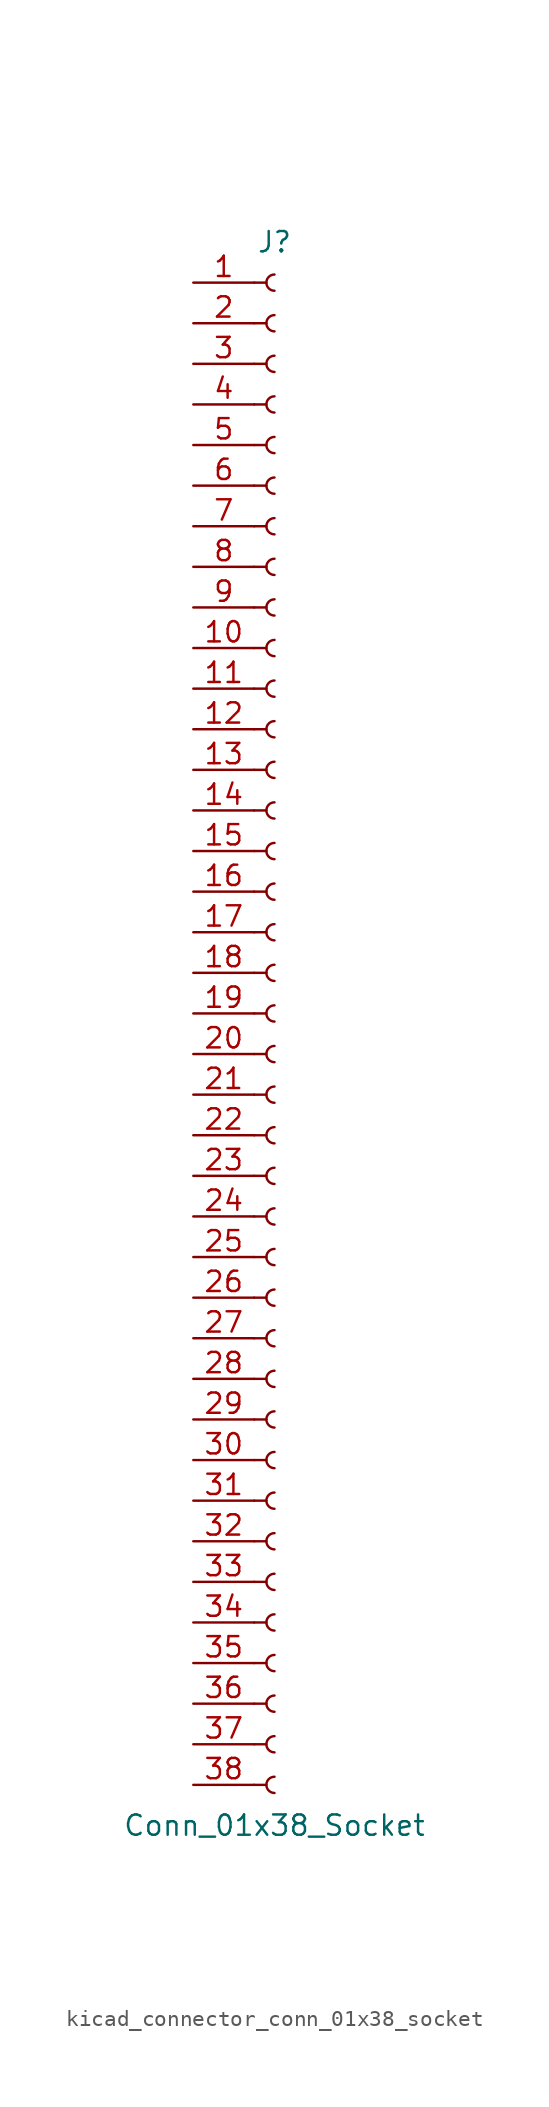
<source format=kicad_sym>
(kicad_symbol_lib
  (version 20220914)
  (generator kicad_symbol_editor)
  (symbol "kicad_connector_conn_01x38_socket"
    (pin_names
      (offset 1.016) hide)
    (property "Reference" "J"
      (at 0 48.26 0)
      (effects (font (size 1.27 1.27))))
    (property "Value" "Conn_01x38_Socket"
      (at 0 -50.8 0)
      (effects (font (size 1.27 1.27))))
    (property "ki_locked" ""
      (at 0 0 0)
      (effects (font (size 1.27 1.27))))
    (symbol "kicad_connector_conn_01x38_socket_1_1"
      (arc (start 0 -47.752) (mid -0.5058 -48.26) (end 0 -48.768) (stroke (width 0.1524) (type default)) (fill (type none)))
      (arc (start 0 -45.212) (mid -0.5058 -45.72) (end 0 -46.228) (stroke (width 0.1524) (type default)) (fill (type none)))
      (arc (start 0 -42.672) (mid -0.5058 -43.18) (end 0 -43.688) (stroke (width 0.1524) (type default)) (fill (type none)))
      (arc (start 0 -40.132) (mid -0.5058 -40.64) (end 0 -41.148) (stroke (width 0.1524) (type default)) (fill (type none)))
      (arc (start 0 -37.592) (mid -0.5058 -38.1) (end 0 -38.608) (stroke (width 0.1524) (type default)) (fill (type none)))
      (arc (start 0 -35.052) (mid -0.5058 -35.56) (end 0 -36.068) (stroke (width 0.1524) (type default)) (fill (type none)))
      (arc (start 0 -32.512) (mid -0.5058 -33.02) (end 0 -33.528) (stroke (width 0.1524) (type default)) (fill (type none)))
      (arc (start 0 -29.972) (mid -0.5058 -30.48) (end 0 -30.988) (stroke (width 0.1524) (type default)) (fill (type none)))
      (arc (start 0 -27.432) (mid -0.5058 -27.94) (end 0 -28.448) (stroke (width 0.1524) (type default)) (fill (type none)))
      (arc (start 0 -24.892) (mid -0.5058 -25.4) (end 0 -25.908) (stroke (width 0.1524) (type default)) (fill (type none)))
      (arc (start 0 -22.352) (mid -0.5058 -22.86) (end 0 -23.368) (stroke (width 0.1524) (type default)) (fill (type none)))
      (arc (start 0 -19.812) (mid -0.5058 -20.32) (end 0 -20.828) (stroke (width 0.1524) (type default)) (fill (type none)))
      (arc (start 0 -17.272) (mid -0.5058 -17.78) (end 0 -18.288) (stroke (width 0.1524) (type default)) (fill (type none)))
      (arc (start 0 -14.732) (mid -0.5058 -15.24) (end 0 -15.748) (stroke (width 0.1524) (type default)) (fill (type none)))
      (arc (start 0 -12.192) (mid -0.5058 -12.7) (end 0 -13.208) (stroke (width 0.1524) (type default)) (fill (type none)))
      (arc (start 0 -9.652) (mid -0.5058 -10.16) (end 0 -10.668) (stroke (width 0.1524) (type default)) (fill (type none)))
      (arc (start 0 -7.112) (mid -0.5058 -7.62) (end 0 -8.128) (stroke (width 0.1524) (type default)) (fill (type none)))
      (arc (start 0 -4.572) (mid -0.5058 -5.08) (end 0 -5.588) (stroke (width 0.1524) (type default)) (fill (type none)))
      (arc (start 0 -2.032) (mid -0.5058 -2.54) (end 0 -3.048) (stroke (width 0.1524) (type default)) (fill (type none)))
      (polyline (pts (xy -1.27 -48.26) (xy -0.508 -48.26)) (stroke (width 0.152) (type default)) (fill (type none)))
      (polyline (pts (xy -1.27 -45.72) (xy -0.508 -45.72)) (stroke (width 0.152) (type default)) (fill (type none)))
      (polyline (pts (xy -1.27 -43.18) (xy -0.508 -43.18)) (stroke (width 0.152) (type default)) (fill (type none)))
      (polyline (pts (xy -1.27 -40.64) (xy -0.508 -40.64)) (stroke (width 0.152) (type default)) (fill (type none)))
      (polyline (pts (xy -1.27 -38.1) (xy -0.508 -38.1)) (stroke (width 0.152) (type default)) (fill (type none)))
      (polyline (pts (xy -1.27 -35.56) (xy -0.508 -35.56)) (stroke (width 0.152) (type default)) (fill (type none)))
      (polyline (pts (xy -1.27 -33.02) (xy -0.508 -33.02)) (stroke (width 0.152) (type default)) (fill (type none)))
      (polyline (pts (xy -1.27 -30.48) (xy -0.508 -30.48)) (stroke (width 0.152) (type default)) (fill (type none)))
      (polyline (pts (xy -1.27 -27.94) (xy -0.508 -27.94)) (stroke (width 0.152) (type default)) (fill (type none)))
      (polyline (pts (xy -1.27 -25.4) (xy -0.508 -25.4)) (stroke (width 0.152) (type default)) (fill (type none)))
      (polyline (pts (xy -1.27 -22.86) (xy -0.508 -22.86)) (stroke (width 0.152) (type default)) (fill (type none)))
      (polyline (pts (xy -1.27 -20.32) (xy -0.508 -20.32)) (stroke (width 0.152) (type default)) (fill (type none)))
      (polyline (pts (xy -1.27 -17.78) (xy -0.508 -17.78)) (stroke (width 0.152) (type default)) (fill (type none)))
      (polyline (pts (xy -1.27 -15.24) (xy -0.508 -15.24)) (stroke (width 0.152) (type default)) (fill (type none)))
      (polyline (pts (xy -1.27 -12.7) (xy -0.508 -12.7)) (stroke (width 0.152) (type default)) (fill (type none)))
      (polyline (pts (xy -1.27 -10.16) (xy -0.508 -10.16)) (stroke (width 0.152) (type default)) (fill (type none)))
      (polyline (pts (xy -1.27 -7.62) (xy -0.508 -7.62)) (stroke (width 0.152) (type default)) (fill (type none)))
      (polyline (pts (xy -1.27 -5.08) (xy -0.508 -5.08)) (stroke (width 0.152) (type default)) (fill (type none)))
      (polyline (pts (xy -1.27 -2.54) (xy -0.508 -2.54)) (stroke (width 0.152) (type default)) (fill (type none)))
      (polyline (pts (xy -1.27 0) (xy -0.508 0)) (stroke (width 0.152) (type default)) (fill (type none)))
      (polyline (pts (xy -1.27 2.54) (xy -0.508 2.54)) (stroke (width 0.152) (type default)) (fill (type none)))
      (polyline (pts (xy -1.27 5.08) (xy -0.508 5.08)) (stroke (width 0.152) (type default)) (fill (type none)))
      (polyline (pts (xy -1.27 7.62) (xy -0.508 7.62)) (stroke (width 0.152) (type default)) (fill (type none)))
      (polyline (pts (xy -1.27 10.16) (xy -0.508 10.16)) (stroke (width 0.152) (type default)) (fill (type none)))
      (polyline (pts (xy -1.27 12.7) (xy -0.508 12.7)) (stroke (width 0.152) (type default)) (fill (type none)))
      (polyline (pts (xy -1.27 15.24) (xy -0.508 15.24)) (stroke (width 0.152) (type default)) (fill (type none)))
      (polyline (pts (xy -1.27 17.78) (xy -0.508 17.78)) (stroke (width 0.152) (type default)) (fill (type none)))
      (polyline (pts (xy -1.27 20.32) (xy -0.508 20.32)) (stroke (width 0.152) (type default)) (fill (type none)))
      (polyline (pts (xy -1.27 22.86) (xy -0.508 22.86)) (stroke (width 0.152) (type default)) (fill (type none)))
      (polyline (pts (xy -1.27 25.4) (xy -0.508 25.4)) (stroke (width 0.152) (type default)) (fill (type none)))
      (polyline (pts (xy -1.27 27.94) (xy -0.508 27.94)) (stroke (width 0.152) (type default)) (fill (type none)))
      (polyline (pts (xy -1.27 30.48) (xy -0.508 30.48)) (stroke (width 0.152) (type default)) (fill (type none)))
      (polyline (pts (xy -1.27 33.02) (xy -0.508 33.02)) (stroke (width 0.152) (type default)) (fill (type none)))
      (polyline (pts (xy -1.27 35.56) (xy -0.508 35.56)) (stroke (width 0.152) (type default)) (fill (type none)))
      (polyline (pts (xy -1.27 38.1) (xy -0.508 38.1)) (stroke (width 0.152) (type default)) (fill (type none)))
      (polyline (pts (xy -1.27 40.64) (xy -0.508 40.64)) (stroke (width 0.152) (type default)) (fill (type none)))
      (polyline (pts (xy -1.27 43.18) (xy -0.508 43.18)) (stroke (width 0.152) (type default)) (fill (type none)))
      (polyline (pts (xy -1.27 45.72) (xy -0.508 45.72)) (stroke (width 0.152) (type default)) (fill (type none)))
      (arc (start 0 0.508) (mid -0.5058 0) (end 0 -0.508) (stroke (width 0.1524) (type default)) (fill (type none)))
      (arc (start 0 3.048) (mid -0.5058 2.54) (end 0 2.032) (stroke (width 0.1524) (type default)) (fill (type none)))
      (arc (start 0 5.588) (mid -0.5058 5.08) (end 0 4.572) (stroke (width 0.1524) (type default)) (fill (type none)))
      (arc (start 0 8.128) (mid -0.5058 7.62) (end 0 7.112) (stroke (width 0.1524) (type default)) (fill (type none)))
      (arc (start 0 10.668) (mid -0.5058 10.16) (end 0 9.652) (stroke (width 0.1524) (type default)) (fill (type none)))
      (arc (start 0 13.208) (mid -0.5058 12.7) (end 0 12.192) (stroke (width 0.1524) (type default)) (fill (type none)))
      (arc (start 0 15.748) (mid -0.5058 15.24) (end 0 14.732) (stroke (width 0.1524) (type default)) (fill (type none)))
      (arc (start 0 18.288) (mid -0.5058 17.78) (end 0 17.272) (stroke (width 0.1524) (type default)) (fill (type none)))
      (arc (start 0 20.828) (mid -0.5058 20.32) (end 0 19.812) (stroke (width 0.1524) (type default)) (fill (type none)))
      (arc (start 0 23.368) (mid -0.5058 22.86) (end 0 22.352) (stroke (width 0.1524) (type default)) (fill (type none)))
      (arc (start 0 25.908) (mid -0.5058 25.4) (end 0 24.892) (stroke (width 0.1524) (type default)) (fill (type none)))
      (arc (start 0 28.448) (mid -0.5058 27.94) (end 0 27.432) (stroke (width 0.1524) (type default)) (fill (type none)))
      (arc (start 0 30.988) (mid -0.5058 30.48) (end 0 29.972) (stroke (width 0.1524) (type default)) (fill (type none)))
      (arc (start 0 33.528) (mid -0.5058 33.02) (end 0 32.512) (stroke (width 0.1524) (type default)) (fill (type none)))
      (arc (start 0 36.068) (mid -0.5058 35.56) (end 0 35.052) (stroke (width 0.1524) (type default)) (fill (type none)))
      (arc (start 0 38.608) (mid -0.5058 38.1) (end 0 37.592) (stroke (width 0.1524) (type default)) (fill (type none)))
      (arc (start 0 41.148) (mid -0.5058 40.64) (end 0 40.132) (stroke (width 0.1524) (type default)) (fill (type none)))
      (arc (start 0 43.688) (mid -0.5058 43.18) (end 0 42.672) (stroke (width 0.1524) (type default)) (fill (type none)))
      (arc (start 0 46.228) (mid -0.5058 45.72) (end 0 45.212) (stroke (width 0.1524) (type default)) (fill (type none)))
      (pin passive line (at -5.08 45.72 0) (length 3.81) (name "Pin_1" (effects (font (size 1.27 1.27)))) (number "1" (effects (font (size 1.27 1.27)))))
      (pin passive line (at -5.08 22.86 0) (length 3.81) (name "Pin_10" (effects (font (size 1.27 1.27)))) (number "10" (effects (font (size 1.27 1.27)))))
      (pin passive line (at -5.08 20.32 0) (length 3.81) (name "Pin_11" (effects (font (size 1.27 1.27)))) (number "11" (effects (font (size 1.27 1.27)))))
      (pin passive line (at -5.08 17.78 0) (length 3.81) (name "Pin_12" (effects (font (size 1.27 1.27)))) (number "12" (effects (font (size 1.27 1.27)))))
      (pin passive line (at -5.08 15.24 0) (length 3.81) (name "Pin_13" (effects (font (size 1.27 1.27)))) (number "13" (effects (font (size 1.27 1.27)))))
      (pin passive line (at -5.08 12.7 0) (length 3.81) (name "Pin_14" (effects (font (size 1.27 1.27)))) (number "14" (effects (font (size 1.27 1.27)))))
      (pin passive line (at -5.08 10.16 0) (length 3.81) (name "Pin_15" (effects (font (size 1.27 1.27)))) (number "15" (effects (font (size 1.27 1.27)))))
      (pin passive line (at -5.08 7.62 0) (length 3.81) (name "Pin_16" (effects (font (size 1.27 1.27)))) (number "16" (effects (font (size 1.27 1.27)))))
      (pin passive line (at -5.08 5.08 0) (length 3.81) (name "Pin_17" (effects (font (size 1.27 1.27)))) (number "17" (effects (font (size 1.27 1.27)))))
      (pin passive line (at -5.08 2.54 0) (length 3.81) (name "Pin_18" (effects (font (size 1.27 1.27)))) (number "18" (effects (font (size 1.27 1.27)))))
      (pin passive line (at -5.08 0 0) (length 3.81) (name "Pin_19" (effects (font (size 1.27 1.27)))) (number "19" (effects (font (size 1.27 1.27)))))
      (pin passive line (at -5.08 43.18 0) (length 3.81) (name "Pin_2" (effects (font (size 1.27 1.27)))) (number "2" (effects (font (size 1.27 1.27)))))
      (pin passive line (at -5.08 -2.54 0) (length 3.81) (name "Pin_20" (effects (font (size 1.27 1.27)))) (number "20" (effects (font (size 1.27 1.27)))))
      (pin passive line (at -5.08 -5.08 0) (length 3.81) (name "Pin_21" (effects (font (size 1.27 1.27)))) (number "21" (effects (font (size 1.27 1.27)))))
      (pin passive line (at -5.08 -7.62 0) (length 3.81) (name "Pin_22" (effects (font (size 1.27 1.27)))) (number "22" (effects (font (size 1.27 1.27)))))
      (pin passive line (at -5.08 -10.16 0) (length 3.81) (name "Pin_23" (effects (font (size 1.27 1.27)))) (number "23" (effects (font (size 1.27 1.27)))))
      (pin passive line (at -5.08 -12.7 0) (length 3.81) (name "Pin_24" (effects (font (size 1.27 1.27)))) (number "24" (effects (font (size 1.27 1.27)))))
      (pin passive line (at -5.08 -15.24 0) (length 3.81) (name "Pin_25" (effects (font (size 1.27 1.27)))) (number "25" (effects (font (size 1.27 1.27)))))
      (pin passive line (at -5.08 -17.78 0) (length 3.81) (name "Pin_26" (effects (font (size 1.27 1.27)))) (number "26" (effects (font (size 1.27 1.27)))))
      (pin passive line (at -5.08 -20.32 0) (length 3.81) (name "Pin_27" (effects (font (size 1.27 1.27)))) (number "27" (effects (font (size 1.27 1.27)))))
      (pin passive line (at -5.08 -22.86 0) (length 3.81) (name "Pin_28" (effects (font (size 1.27 1.27)))) (number "28" (effects (font (size 1.27 1.27)))))
      (pin passive line (at -5.08 -25.4 0) (length 3.81) (name "Pin_29" (effects (font (size 1.27 1.27)))) (number "29" (effects (font (size 1.27 1.27)))))
      (pin passive line (at -5.08 40.64 0) (length 3.81) (name "Pin_3" (effects (font (size 1.27 1.27)))) (number "3" (effects (font (size 1.27 1.27)))))
      (pin passive line (at -5.08 -27.94 0) (length 3.81) (name "Pin_30" (effects (font (size 1.27 1.27)))) (number "30" (effects (font (size 1.27 1.27)))))
      (pin passive line (at -5.08 -30.48 0) (length 3.81) (name "Pin_31" (effects (font (size 1.27 1.27)))) (number "31" (effects (font (size 1.27 1.27)))))
      (pin passive line (at -5.08 -33.02 0) (length 3.81) (name "Pin_32" (effects (font (size 1.27 1.27)))) (number "32" (effects (font (size 1.27 1.27)))))
      (pin passive line (at -5.08 -35.56 0) (length 3.81) (name "Pin_33" (effects (font (size 1.27 1.27)))) (number "33" (effects (font (size 1.27 1.27)))))
      (pin passive line (at -5.08 -38.1 0) (length 3.81) (name "Pin_34" (effects (font (size 1.27 1.27)))) (number "34" (effects (font (size 1.27 1.27)))))
      (pin passive line (at -5.08 -40.64 0) (length 3.81) (name "Pin_35" (effects (font (size 1.27 1.27)))) (number "35" (effects (font (size 1.27 1.27)))))
      (pin passive line (at -5.08 -43.18 0) (length 3.81) (name "Pin_36" (effects (font (size 1.27 1.27)))) (number "36" (effects (font (size 1.27 1.27)))))
      (pin passive line (at -5.08 -45.72 0) (length 3.81) (name "Pin_37" (effects (font (size 1.27 1.27)))) (number "37" (effects (font (size 1.27 1.27)))))
      (pin passive line (at -5.08 -48.26 0) (length 3.81) (name "Pin_38" (effects (font (size 1.27 1.27)))) (number "38" (effects (font (size 1.27 1.27)))))
      (pin passive line (at -5.08 38.1 0) (length 3.81) (name "Pin_4" (effects (font (size 1.27 1.27)))) (number "4" (effects (font (size 1.27 1.27)))))
      (pin passive line (at -5.08 35.56 0) (length 3.81) (name "Pin_5" (effects (font (size 1.27 1.27)))) (number "5" (effects (font (size 1.27 1.27)))))
      (pin passive line (at -5.08 33.02 0) (length 3.81) (name "Pin_6" (effects (font (size 1.27 1.27)))) (number "6" (effects (font (size 1.27 1.27)))))
      (pin passive line (at -5.08 30.48 0) (length 3.81) (name "Pin_7" (effects (font (size 1.27 1.27)))) (number "7" (effects (font (size 1.27 1.27)))))
      (pin passive line (at -5.08 27.94 0) (length 3.81) (name "Pin_8" (effects (font (size 1.27 1.27)))) (number "8" (effects (font (size 1.27 1.27)))))
      (pin passive line (at -5.08 25.4 0) (length 3.81) (name "Pin_9" (effects (font (size 1.27 1.27)))) (number "9" (effects (font (size 1.27 1.27))))))))
</source>
